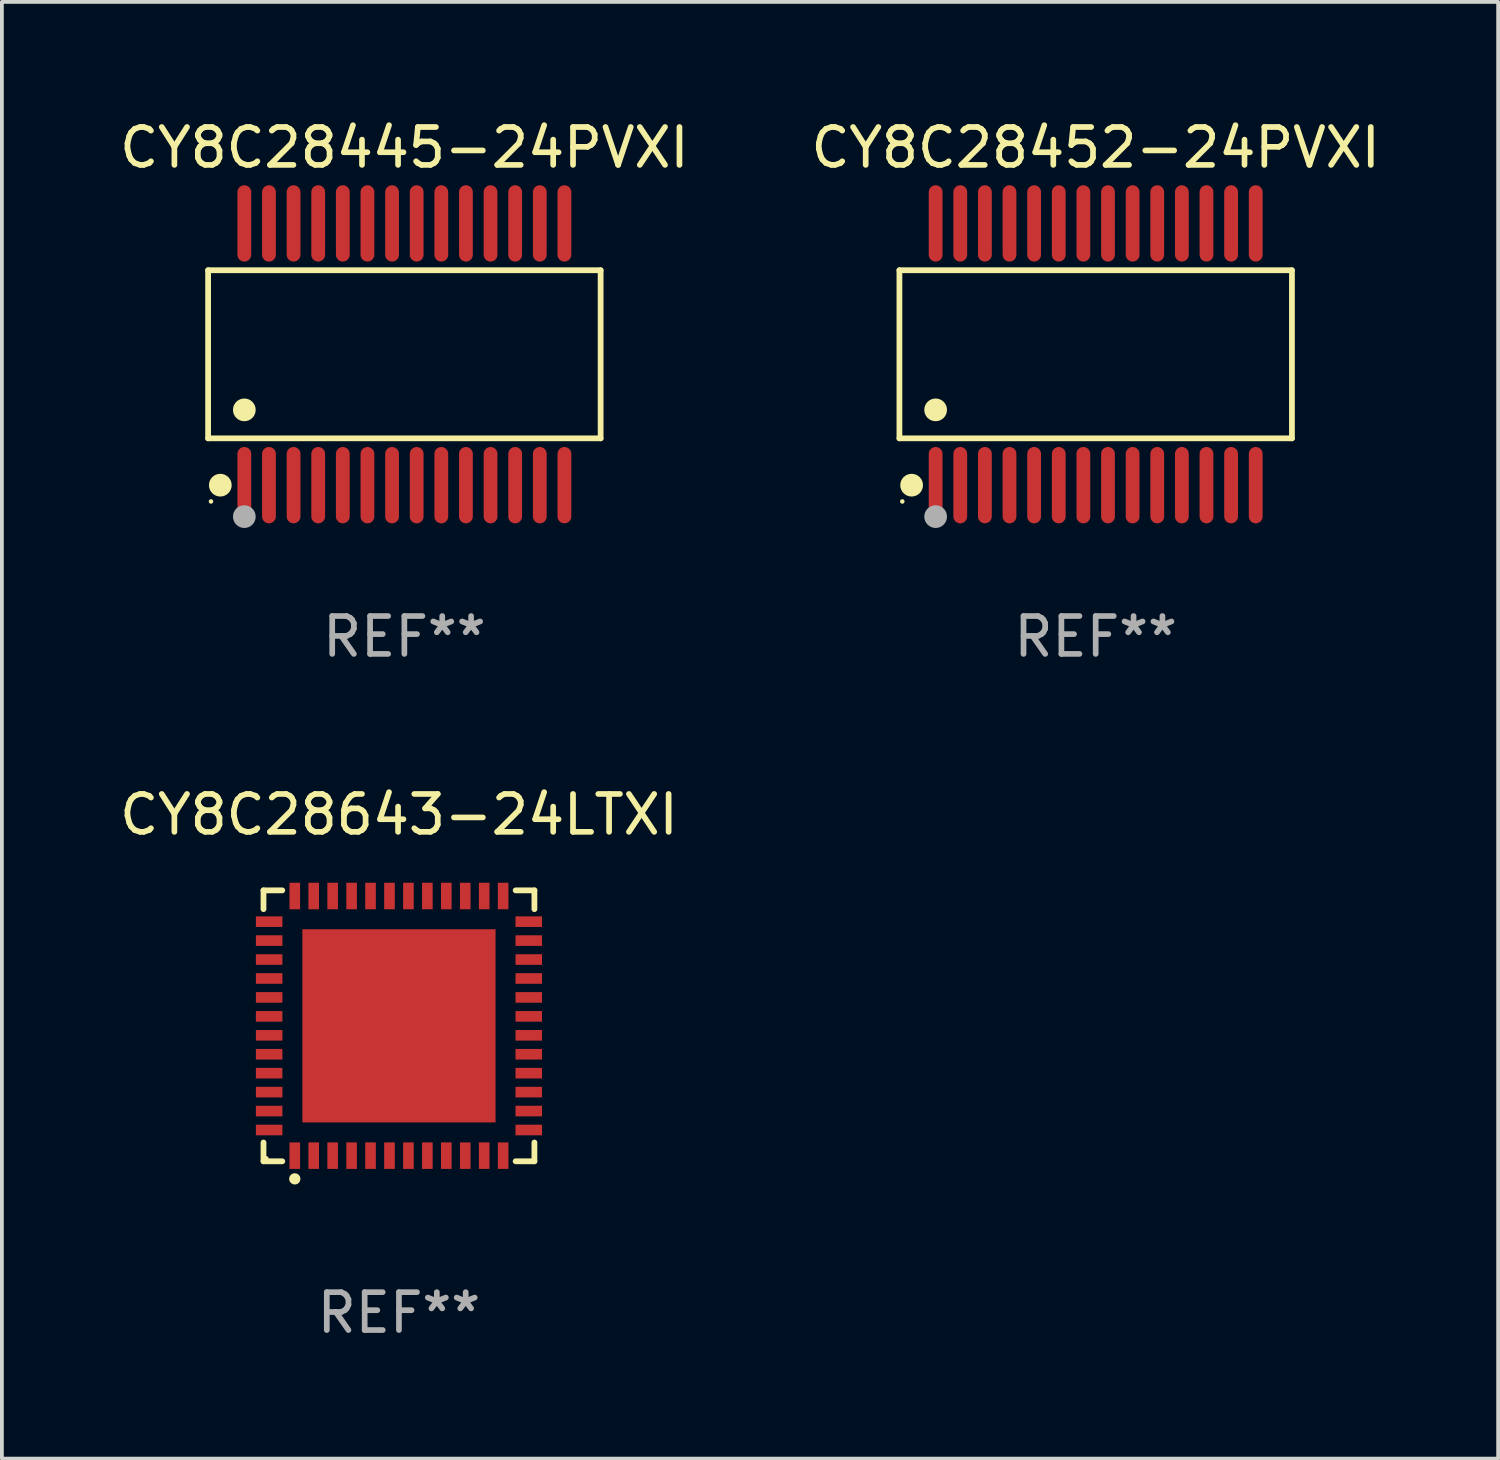
<source format=kicad_pcb>
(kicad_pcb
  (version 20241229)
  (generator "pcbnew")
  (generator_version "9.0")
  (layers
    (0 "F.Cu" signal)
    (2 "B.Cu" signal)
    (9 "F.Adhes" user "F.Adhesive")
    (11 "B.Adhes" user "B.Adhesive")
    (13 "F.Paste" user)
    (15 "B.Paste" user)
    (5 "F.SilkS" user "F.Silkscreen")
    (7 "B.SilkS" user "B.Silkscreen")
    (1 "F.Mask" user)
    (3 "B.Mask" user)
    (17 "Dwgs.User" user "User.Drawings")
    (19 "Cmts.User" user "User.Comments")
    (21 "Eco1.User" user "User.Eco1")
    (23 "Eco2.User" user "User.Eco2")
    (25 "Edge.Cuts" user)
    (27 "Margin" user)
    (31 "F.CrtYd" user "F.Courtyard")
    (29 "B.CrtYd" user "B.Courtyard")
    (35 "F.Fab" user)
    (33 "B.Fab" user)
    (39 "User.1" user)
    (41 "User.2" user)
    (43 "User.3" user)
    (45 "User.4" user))
  (footprint "CY8C28445-24PVXI"
    (layer "F.Cu")
    (at 7.625 6.303)
    (property "Reference" "CY8C28445-24PVXI" (at 0 -5.455 0) (layer "F.SilkS") (effects (font (size 1 1) (thickness 0.15))))
    (attr through_hole)
    (fp_line (start -5.181 -2.219) (end 5.181 -2.219) (stroke (width 0.152) (type solid)) (layer "F.SilkS"))
    (fp_line (start -5.181 2.219) (end -5.181 -2.219) (stroke (width 0.152) (type solid)) (layer "F.SilkS"))
    (fp_line (start 5.181 -2.219) (end 5.181 2.219) (stroke (width 0.152) (type solid)) (layer "F.SilkS"))
    (fp_line (start 5.181 2.219) (end -5.181 2.219) (stroke (width 0.152) (type solid)) (layer "F.SilkS"))
    (fp_circle (center -5.105 3.885) (end -5.075 3.885) (stroke (width 0.06) (type solid)) (fill no) (layer "F.SilkS"))
    (fp_circle (center -4.859 3.455) (end -4.709 3.455) (stroke (width 0.3) (type solid)) (fill no) (layer "F.SilkS"))
    (fp_circle (center -4.225 1.467) (end -4.075 1.467) (stroke (width 0.3) (type solid)) (fill no) (layer "F.SilkS"))
    (fp_circle (center -4.225 4.285) (end -4.075 4.285) (stroke (width 0.3) (type solid)) (fill no) (layer "F.Fab"))
    (fp_text user "REF**" (at 0 7.455 0) (layer "F.Fab") (effects (font (size 1 1) (thickness 0.15))))
    (pad "1" smd oval (at -4.225 3.455) (size 0.364 2.015) (layers "F.Cu" "F.Mask" "F.Paste"))
    (pad "2" smd oval (at -3.575 3.455) (size 0.364 2.015) (layers "F.Cu" "F.Mask" "F.Paste"))
    (pad "3" smd oval (at -2.925 3.455) (size 0.364 2.015) (layers "F.Cu" "F.Mask" "F.Paste"))
    (pad "4" smd oval (at -2.275 3.455) (size 0.364 2.015) (layers "F.Cu" "F.Mask" "F.Paste"))
    (pad "5" smd oval (at -1.625 3.455) (size 0.364 2.015) (layers "F.Cu" "F.Mask" "F.Paste"))
    (pad "6" smd oval (at -0.975 3.455) (size 0.364 2.015) (layers "F.Cu" "F.Mask" "F.Paste"))
    (pad "7" smd oval (at -0.325 3.455) (size 0.364 2.015) (layers "F.Cu" "F.Mask" "F.Paste"))
    (pad "8" smd oval (at 0.325 3.455) (size 0.364 2.015) (layers "F.Cu" "F.Mask" "F.Paste"))
    (pad "9" smd oval (at 0.975 3.455) (size 0.364 2.015) (layers "F.Cu" "F.Mask" "F.Paste"))
    (pad "10" smd oval (at 1.625 3.455) (size 0.364 2.015) (layers "F.Cu" "F.Mask" "F.Paste"))
    (pad "11" smd oval (at 2.275 3.455) (size 0.364 2.015) (layers "F.Cu" "F.Mask" "F.Paste"))
    (pad "12" smd oval (at 2.925 3.455) (size 0.364 2.015) (layers "F.Cu" "F.Mask" "F.Paste"))
    (pad "13" smd oval (at 3.575 3.455) (size 0.364 2.015) (layers "F.Cu" "F.Mask" "F.Paste"))
    (pad "14" smd oval (at 4.225 3.455) (size 0.364 2.015) (layers "F.Cu" "F.Mask" "F.Paste"))
    (pad "15" smd oval (at 4.225 -3.455) (size 0.364 2.015) (layers "F.Cu" "F.Mask" "F.Paste"))
    (pad "16" smd oval (at 3.575 -3.455) (size 0.364 2.015) (layers "F.Cu" "F.Mask" "F.Paste"))
    (pad "17" smd oval (at 2.925 -3.455) (size 0.364 2.015) (layers "F.Cu" "F.Mask" "F.Paste"))
    (pad "18" smd oval (at 2.275 -3.455) (size 0.364 2.015) (layers "F.Cu" "F.Mask" "F.Paste"))
    (pad "19" smd oval (at 1.625 -3.455) (size 0.364 2.015) (layers "F.Cu" "F.Mask" "F.Paste"))
    (pad "20" smd oval (at 0.975 -3.455) (size 0.364 2.015) (layers "F.Cu" "F.Mask" "F.Paste"))
    (pad "21" smd oval (at 0.325 -3.455) (size 0.364 2.015) (layers "F.Cu" "F.Mask" "F.Paste"))
    (pad "22" smd oval (at -0.325 -3.455) (size 0.364 2.015) (layers "F.Cu" "F.Mask" "F.Paste"))
    (pad "23" smd oval (at -0.975 -3.455) (size 0.364 2.015) (layers "F.Cu" "F.Mask" "F.Paste"))
    (pad "24" smd oval (at -1.625 -3.455) (size 0.364 2.015) (layers "F.Cu" "F.Mask" "F.Paste"))
    (pad "25" smd oval (at -2.275 -3.455) (size 0.364 2.015) (layers "F.Cu" "F.Mask" "F.Paste"))
    (pad "26" smd oval (at -2.925 -3.455) (size 0.364 2.015) (layers "F.Cu" "F.Mask" "F.Paste"))
    (pad "27" smd oval (at -3.575 -3.455) (size 0.364 2.015) (layers "F.Cu" "F.Mask" "F.Paste"))
    (pad "28" smd oval (at -4.225 -3.455) (size 0.364 2.015) (layers "F.Cu" "F.Mask" "F.Paste")))
  (footprint "CY8C28452-24PVXI"
    (layer "F.Cu")
    (at 25.875 6.303)
    (property "Reference" "CY8C28452-24PVXI" (at 0 -5.455 0) (layer "F.SilkS") (effects (font (size 1 1) (thickness 0.15))))
    (attr through_hole)
    (fp_line (start -5.181 -2.219) (end 5.181 -2.219) (stroke (width 0.152) (type solid)) (layer "F.SilkS"))
    (fp_line (start -5.181 2.219) (end -5.181 -2.219) (stroke (width 0.152) (type solid)) (layer "F.SilkS"))
    (fp_line (start 5.181 -2.219) (end 5.181 2.219) (stroke (width 0.152) (type solid)) (layer "F.SilkS"))
    (fp_line (start 5.181 2.219) (end -5.181 2.219) (stroke (width 0.152) (type solid)) (layer "F.SilkS"))
    (fp_circle (center -5.105 3.885) (end -5.075 3.885) (stroke (width 0.06) (type solid)) (fill no) (layer "F.SilkS"))
    (fp_circle (center -4.859 3.455) (end -4.709 3.455) (stroke (width 0.3) (type solid)) (fill no) (layer "F.SilkS"))
    (fp_circle (center -4.225 1.467) (end -4.075 1.467) (stroke (width 0.3) (type solid)) (fill no) (layer "F.SilkS"))
    (fp_circle (center -4.225 4.285) (end -4.075 4.285) (stroke (width 0.3) (type solid)) (fill no) (layer "F.Fab"))
    (fp_text user "REF**" (at 0 7.455 0) (layer "F.Fab") (effects (font (size 1 1) (thickness 0.15))))
    (pad "1" smd oval (at -4.225 3.455) (size 0.364 2.015) (layers "F.Cu" "F.Mask" "F.Paste"))
    (pad "2" smd oval (at -3.575 3.455) (size 0.364 2.015) (layers "F.Cu" "F.Mask" "F.Paste"))
    (pad "3" smd oval (at -2.925 3.455) (size 0.364 2.015) (layers "F.Cu" "F.Mask" "F.Paste"))
    (pad "4" smd oval (at -2.275 3.455) (size 0.364 2.015) (layers "F.Cu" "F.Mask" "F.Paste"))
    (pad "5" smd oval (at -1.625 3.455) (size 0.364 2.015) (layers "F.Cu" "F.Mask" "F.Paste"))
    (pad "6" smd oval (at -0.975 3.455) (size 0.364 2.015) (layers "F.Cu" "F.Mask" "F.Paste"))
    (pad "7" smd oval (at -0.325 3.455) (size 0.364 2.015) (layers "F.Cu" "F.Mask" "F.Paste"))
    (pad "8" smd oval (at 0.325 3.455) (size 0.364 2.015) (layers "F.Cu" "F.Mask" "F.Paste"))
    (pad "9" smd oval (at 0.975 3.455) (size 0.364 2.015) (layers "F.Cu" "F.Mask" "F.Paste"))
    (pad "10" smd oval (at 1.625 3.455) (size 0.364 2.015) (layers "F.Cu" "F.Mask" "F.Paste"))
    (pad "11" smd oval (at 2.275 3.455) (size 0.364 2.015) (layers "F.Cu" "F.Mask" "F.Paste"))
    (pad "12" smd oval (at 2.925 3.455) (size 0.364 2.015) (layers "F.Cu" "F.Mask" "F.Paste"))
    (pad "13" smd oval (at 3.575 3.455) (size 0.364 2.015) (layers "F.Cu" "F.Mask" "F.Paste"))
    (pad "14" smd oval (at 4.225 3.455) (size 0.364 2.015) (layers "F.Cu" "F.Mask" "F.Paste"))
    (pad "15" smd oval (at 4.225 -3.455) (size 0.364 2.015) (layers "F.Cu" "F.Mask" "F.Paste"))
    (pad "16" smd oval (at 3.575 -3.455) (size 0.364 2.015) (layers "F.Cu" "F.Mask" "F.Paste"))
    (pad "17" smd oval (at 2.925 -3.455) (size 0.364 2.015) (layers "F.Cu" "F.Mask" "F.Paste"))
    (pad "18" smd oval (at 2.275 -3.455) (size 0.364 2.015) (layers "F.Cu" "F.Mask" "F.Paste"))
    (pad "19" smd oval (at 1.625 -3.455) (size 0.364 2.015) (layers "F.Cu" "F.Mask" "F.Paste"))
    (pad "20" smd oval (at 0.975 -3.455) (size 0.364 2.015) (layers "F.Cu" "F.Mask" "F.Paste"))
    (pad "21" smd oval (at 0.325 -3.455) (size 0.364 2.015) (layers "F.Cu" "F.Mask" "F.Paste"))
    (pad "22" smd oval (at -0.325 -3.455) (size 0.364 2.015) (layers "F.Cu" "F.Mask" "F.Paste"))
    (pad "23" smd oval (at -0.975 -3.455) (size 0.364 2.015) (layers "F.Cu" "F.Mask" "F.Paste"))
    (pad "24" smd oval (at -1.625 -3.455) (size 0.364 2.015) (layers "F.Cu" "F.Mask" "F.Paste"))
    (pad "25" smd oval (at -2.275 -3.455) (size 0.364 2.015) (layers "F.Cu" "F.Mask" "F.Paste"))
    (pad "26" smd oval (at -2.925 -3.455) (size 0.364 2.015) (layers "F.Cu" "F.Mask" "F.Paste"))
    (pad "27" smd oval (at -3.575 -3.455) (size 0.364 2.015) (layers "F.Cu" "F.Mask" "F.Paste"))
    (pad "28" smd oval (at -4.225 -3.455) (size 0.364 2.015) (layers "F.Cu" "F.Mask" "F.Paste")))
  (footprint "CY8C28643-24LTXI"
    (layer "F.Cu")
    (at 7.482 24.031)
    (property "Reference" "CY8C28643-24LTXI" (at 0 -5.576 0) (layer "F.SilkS") (effects (font (size 1 1) (thickness 0.15))))
    (attr through_hole)
    (fp_line (start -3.576 -3.576) (end -3.08 -3.576) (stroke (width 0.152) (type solid)) (layer "F.SilkS"))
    (fp_line (start -3.576 -3.08) (end -3.576 -3.576) (stroke (width 0.152) (type solid)) (layer "F.SilkS"))
    (fp_line (start -3.576 3.08) (end -3.576 3.576) (stroke (width 0.152) (type solid)) (layer "F.SilkS"))
    (fp_line (start -3.576 3.576) (end -3.08 3.576) (stroke (width 0.152) (type solid)) (layer "F.SilkS"))
    (fp_line (start 3.576 -3.576) (end 3.08 -3.576) (stroke (width 0.152) (type solid)) (layer "F.SilkS"))
    (fp_line (start 3.576 -3.08) (end 3.576 -3.576) (stroke (width 0.152) (type solid)) (layer "F.SilkS"))
    (fp_line (start 3.576 3.08) (end 3.576 3.576) (stroke (width 0.152) (type solid)) (layer "F.SilkS"))
    (fp_line (start 3.576 3.576) (end 3.08 3.576) (stroke (width 0.152) (type solid)) (layer "F.SilkS"))
    (fp_circle (center -3.5 3.5) (end -3.47 3.5) (stroke (width 0.06) (type solid)) (fill no) (layer "F.SilkS"))
    (fp_circle (center -2.75 4.04) (end -2.675 4.04) (stroke (width 0.15) (type solid)) (fill no) (layer "F.SilkS"))
    (fp_text user "REF**" (at 0 7.576 0) (layer "F.Fab") (effects (font (size 1 1) (thickness 0.15))))
    (pad "1" smd rect (at -2.75 3.427) (size 0.28 0.7) (layers "F.Cu" "F.Mask" "F.Paste"))
    (pad "2" smd rect (at -2.25 3.427) (size 0.28 0.7) (layers "F.Cu" "F.Mask" "F.Paste"))
    (pad "3" smd rect (at -1.75 3.427) (size 0.28 0.7) (layers "F.Cu" "F.Mask" "F.Paste"))
    (pad "4" smd rect (at -1.25 3.427) (size 0.28 0.7) (layers "F.Cu" "F.Mask" "F.Paste"))
    (pad "5" smd rect (at -0.75 3.427) (size 0.28 0.7) (layers "F.Cu" "F.Mask" "F.Paste"))
    (pad "6" smd rect (at -0.25 3.427) (size 0.28 0.7) (layers "F.Cu" "F.Mask" "F.Paste"))
    (pad "7" smd rect (at 0.25 3.427) (size 0.28 0.7) (layers "F.Cu" "F.Mask" "F.Paste"))
    (pad "8" smd rect (at 0.75 3.427) (size 0.28 0.7) (layers "F.Cu" "F.Mask" "F.Paste"))
    (pad "9" smd rect (at 1.25 3.427) (size 0.28 0.7) (layers "F.Cu" "F.Mask" "F.Paste"))
    (pad "10" smd rect (at 1.75 3.427) (size 0.28 0.7) (layers "F.Cu" "F.Mask" "F.Paste"))
    (pad "11" smd rect (at 2.25 3.427) (size 0.28 0.7) (layers "F.Cu" "F.Mask" "F.Paste"))
    (pad "12" smd rect (at 2.75 3.427) (size 0.28 0.7) (layers "F.Cu" "F.Mask" "F.Paste"))
    (pad "13" smd rect (at 3.427 2.75) (size 0.7 0.28) (layers "F.Cu" "F.Mask" "F.Paste"))
    (pad "14" smd rect (at 3.427 2.25) (size 0.7 0.28) (layers "F.Cu" "F.Mask" "F.Paste"))
    (pad "15" smd rect (at 3.427 1.75) (size 0.7 0.28) (layers "F.Cu" "F.Mask" "F.Paste"))
    (pad "16" smd rect (at 3.427 1.25) (size 0.7 0.28) (layers "F.Cu" "F.Mask" "F.Paste"))
    (pad "17" smd rect (at 3.427 0.75) (size 0.7 0.28) (layers "F.Cu" "F.Mask" "F.Paste"))
    (pad "18" smd rect (at 3.427 0.25) (size 0.7 0.28) (layers "F.Cu" "F.Mask" "F.Paste"))
    (pad "19" smd rect (at 3.427 -0.25) (size 0.7 0.28) (layers "F.Cu" "F.Mask" "F.Paste"))
    (pad "20" smd rect (at 3.427 -0.75) (size 0.7 0.28) (layers "F.Cu" "F.Mask" "F.Paste"))
    (pad "21" smd rect (at 3.427 -1.25) (size 0.7 0.28) (layers "F.Cu" "F.Mask" "F.Paste"))
    (pad "22" smd rect (at 3.427 -1.75) (size 0.7 0.28) (layers "F.Cu" "F.Mask" "F.Paste"))
    (pad "23" smd rect (at 3.427 -2.25) (size 0.7 0.28) (layers "F.Cu" "F.Mask" "F.Paste"))
    (pad "24" smd rect (at 3.427 -2.75) (size 0.7 0.28) (layers "F.Cu" "F.Mask" "F.Paste"))
    (pad "25" smd rect (at 2.75 -3.427) (size 0.28 0.7) (layers "F.Cu" "F.Mask" "F.Paste"))
    (pad "26" smd rect (at 2.25 -3.427) (size 0.28 0.7) (layers "F.Cu" "F.Mask" "F.Paste"))
    (pad "27" smd rect (at 1.75 -3.427) (size 0.28 0.7) (layers "F.Cu" "F.Mask" "F.Paste"))
    (pad "28" smd rect (at 1.25 -3.427) (size 0.28 0.7) (layers "F.Cu" "F.Mask" "F.Paste"))
    (pad "29" smd rect (at 0.75 -3.427) (size 0.28 0.7) (layers "F.Cu" "F.Mask" "F.Paste"))
    (pad "30" smd rect (at 0.25 -3.427) (size 0.28 0.7) (layers "F.Cu" "F.Mask" "F.Paste"))
    (pad "31" smd rect (at -0.25 -3.427) (size 0.28 0.7) (layers "F.Cu" "F.Mask" "F.Paste"))
    (pad "32" smd rect (at -0.75 -3.427) (size 0.28 0.7) (layers "F.Cu" "F.Mask" "F.Paste"))
    (pad "33" smd rect (at -1.25 -3.427) (size 0.28 0.7) (layers "F.Cu" "F.Mask" "F.Paste"))
    (pad "34" smd rect (at -1.75 -3.427) (size 0.28 0.7) (layers "F.Cu" "F.Mask" "F.Paste"))
    (pad "35" smd rect (at -2.25 -3.427) (size 0.28 0.7) (layers "F.Cu" "F.Mask" "F.Paste"))
    (pad "36" smd rect (at -2.75 -3.427) (size 0.28 0.7) (layers "F.Cu" "F.Mask" "F.Paste"))
    (pad "37" smd rect (at -3.427 -2.75) (size 0.7 0.28) (layers "F.Cu" "F.Mask" "F.Paste"))
    (pad "38" smd rect (at -3.427 -2.25) (size 0.7 0.28) (layers "F.Cu" "F.Mask" "F.Paste"))
    (pad "39" smd rect (at -3.427 -1.75) (size 0.7 0.28) (layers "F.Cu" "F.Mask" "F.Paste"))
    (pad "40" smd rect (at -3.427 -1.25) (size 0.7 0.28) (layers "F.Cu" "F.Mask" "F.Paste"))
    (pad "41" smd rect (at -3.427 -0.75) (size 0.7 0.28) (layers "F.Cu" "F.Mask" "F.Paste"))
    (pad "42" smd rect (at -3.427 -0.25) (size 0.7 0.28) (layers "F.Cu" "F.Mask" "F.Paste"))
    (pad "43" smd rect (at -3.427 0.25) (size 0.7 0.28) (layers "F.Cu" "F.Mask" "F.Paste"))
    (pad "44" smd rect (at -3.427 0.75) (size 0.7 0.28) (layers "F.Cu" "F.Mask" "F.Paste"))
    (pad "45" smd rect (at -3.427 1.25) (size 0.7 0.28) (layers "F.Cu" "F.Mask" "F.Paste"))
    (pad "46" smd rect (at -3.427 1.75) (size 0.7 0.28) (layers "F.Cu" "F.Mask" "F.Paste"))
    (pad "47" smd rect (at -3.427 2.25) (size 0.7 0.28) (layers "F.Cu" "F.Mask" "F.Paste"))
    (pad "48" smd rect (at -3.427 2.75) (size 0.7 0.28) (layers "F.Cu" "F.Mask" "F.Paste"))
    (pad "49" smd rect (at 0 0) (size 5.1 5.1) (layers "F.Cu" "F.Mask" "F.Paste")))
  (gr_rect
    (start -3 -3)
    (end 36.5 35.456)
    (stroke (width 0.1) (type default))
    (fill no)
    (layer "Edge.Cuts")))
</source>
